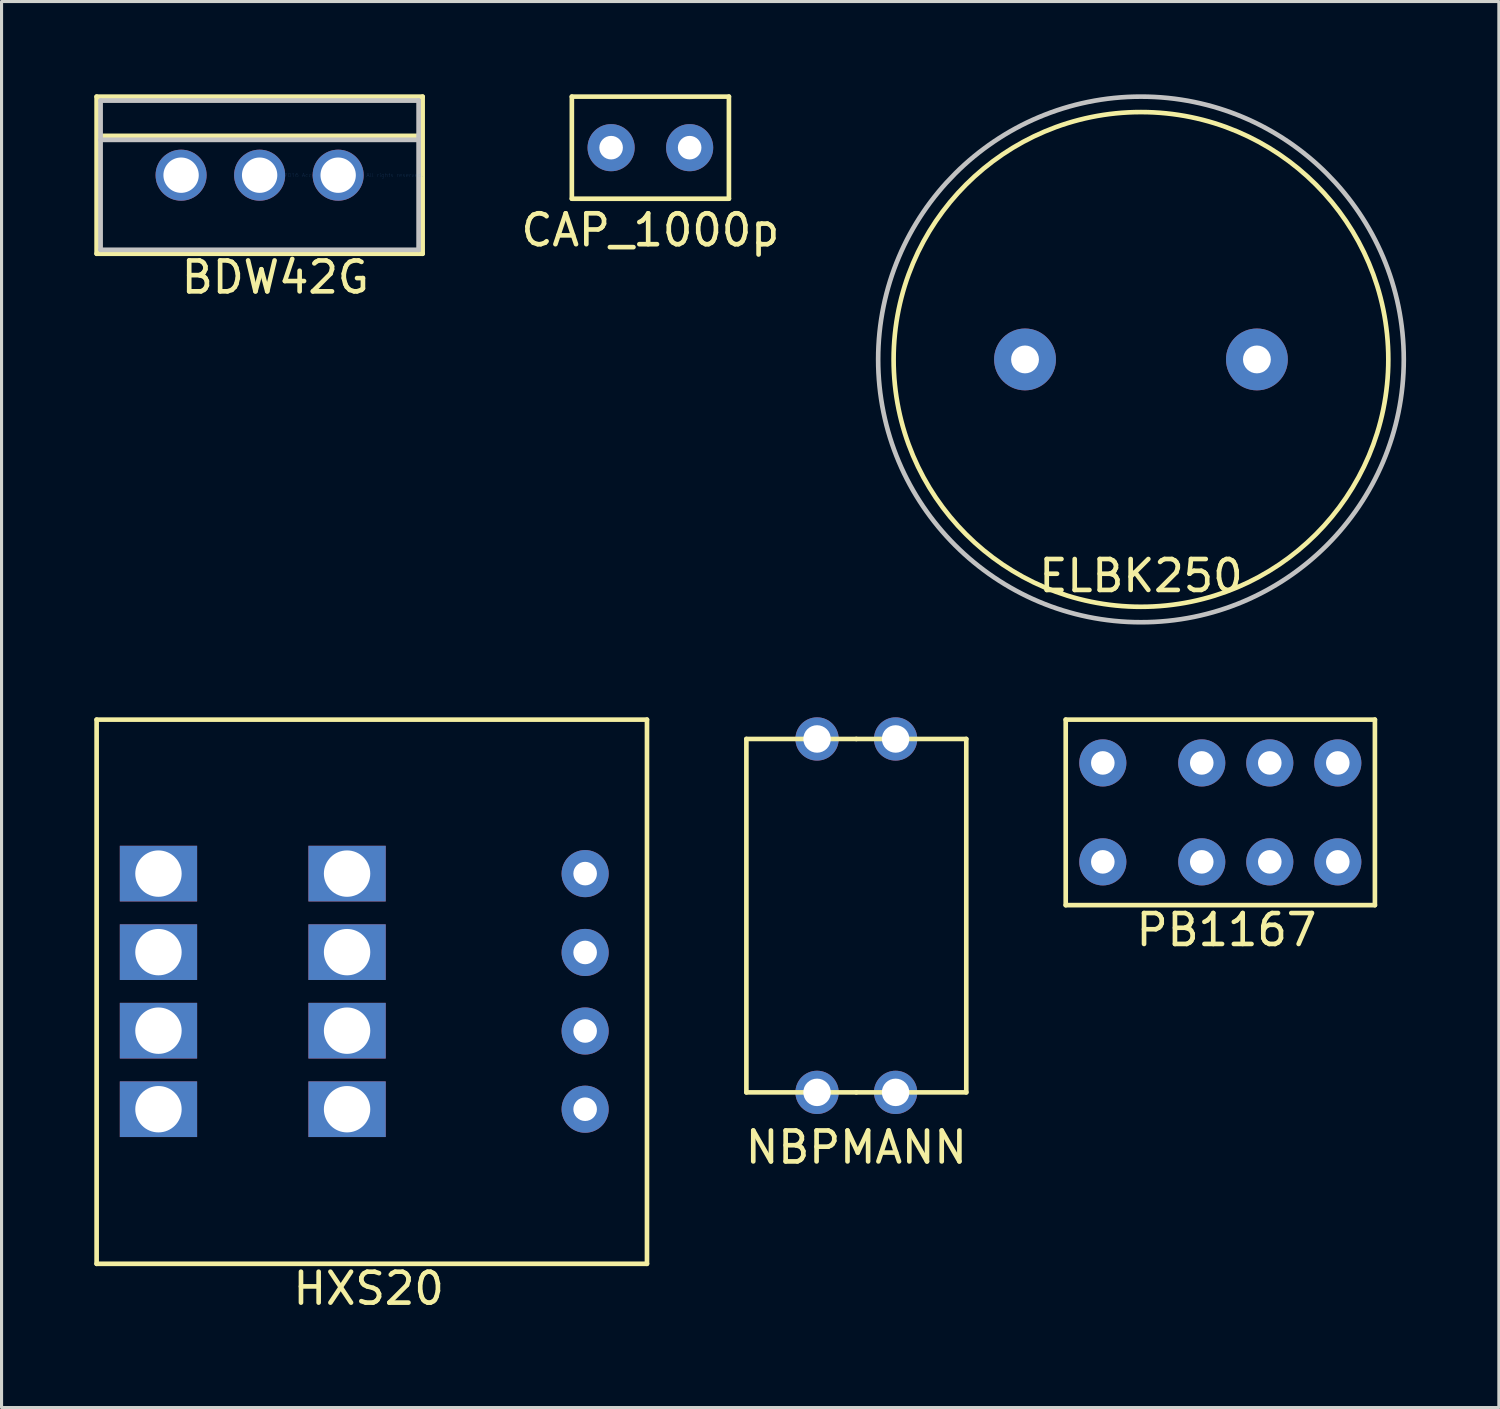
<source format=kicad_pcb>
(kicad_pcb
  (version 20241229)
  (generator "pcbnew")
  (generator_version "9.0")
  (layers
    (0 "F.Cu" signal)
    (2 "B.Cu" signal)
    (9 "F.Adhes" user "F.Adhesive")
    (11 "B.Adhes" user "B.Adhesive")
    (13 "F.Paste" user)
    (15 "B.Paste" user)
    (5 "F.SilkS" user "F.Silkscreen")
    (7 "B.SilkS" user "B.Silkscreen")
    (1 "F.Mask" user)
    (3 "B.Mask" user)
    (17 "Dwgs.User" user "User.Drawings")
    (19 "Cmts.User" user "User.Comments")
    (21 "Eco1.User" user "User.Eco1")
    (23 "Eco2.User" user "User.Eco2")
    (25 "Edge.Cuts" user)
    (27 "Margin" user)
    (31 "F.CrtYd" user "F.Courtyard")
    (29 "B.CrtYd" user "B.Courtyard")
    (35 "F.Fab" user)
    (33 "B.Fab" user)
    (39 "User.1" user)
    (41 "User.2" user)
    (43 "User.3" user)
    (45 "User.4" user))
  (footprint "BDW42G"
    (layer "F.Cu")
    (at 7.887 2.616)
    (property "Reference" "BDW42G" (at -2.032 3.302 0) (layer "F.SilkS") (effects (font (size 1 1) (thickness 0.15))))
    (attr through_hole)
    (fp_line (start -7.811 -2.54) (end -7.811 2.54) (stroke (width 0.152) (type solid)) (layer "F.SilkS"))
    (fp_line (start -7.811 2.54) (end 2.731 2.54) (stroke (width 0.152) (type solid)) (layer "F.SilkS"))
    (fp_line (start -7.684 -1.27) (end 2.603 -1.27) (stroke (width 0.152) (type solid)) (layer "F.SilkS"))
    (fp_line (start 2.731 -2.54) (end -7.811 -2.54) (stroke (width 0.152) (type solid)) (layer "F.SilkS"))
    (fp_line (start 2.731 2.54) (end 2.731 -2.54) (stroke (width 0.152) (type solid)) (layer "F.SilkS"))
    (fp_line (start -7.684 -2.413) (end -7.684 2.413) (stroke (width 0.152) (type solid)) (layer "Dwgs.User"))
    (fp_line (start -7.684 -1.143) (end 2.603 -1.143) (stroke (width 0.152) (type solid)) (layer "Dwgs.User"))
    (fp_line (start -7.684 2.413) (end 2.603 2.413) (stroke (width 0.152) (type solid)) (layer "Dwgs.User"))
    (fp_line (start -5.334 0) (end -4.826 0) (stroke (width 0.152) (type solid)) (layer "Dwgs.User"))
    (fp_line (start -5.08 0.254) (end -5.08 -0.254) (stroke (width 0.152) (type solid)) (layer "Dwgs.User"))
    (fp_line (start 2.603 -2.413) (end -7.684 -2.413) (stroke (width 0.152) (type solid)) (layer "Dwgs.User"))
    (fp_line (start 2.603 2.413) (end 2.603 -2.413) (stroke (width 0.152) (type solid)) (layer "Dwgs.User"))
    (fp_text user "Copyright 2016 Accelerated Designs. All rights reserved." (at 0 0 0) (layer "Cmts.User") (effects (font (size 0.127 0.127) (thickness 0.002))))
    (pad "1" thru_hole circle (at -5.08 0) (size 1.651 1.651) (drill 1.143) (layers "*.Cu" "*.Mask"))
    (pad "2" thru_hole circle (at -2.54 0) (size 1.651 1.651) (drill 1.143) (layers "*.Cu" "*.Mask"))
    (pad "3" thru_hole circle (at 0 0) (size 1.651 1.651) (drill 1.143) (layers "*.Cu" "*.Mask")))
  (footprint "CAP_1000p"
    (layer "F.Cu")
    (at 17.985 1.726)
    (property "Reference" "CAP_1000p" (at 0 2.667 0) (layer "F.SilkS") (effects (font (size 1 1) (thickness 0.15))))
    (attr through_hole)
    (fp_line (start -2.54 -1.651) (end -2.54 1.651) (stroke (width 0.15) (type solid)) (layer "F.SilkS"))
    (fp_line (start 2.54 -1.651) (end -2.54 -1.651) (stroke (width 0.15) (type solid)) (layer "F.SilkS"))
    (fp_line (start 2.54 -1.651) (end 2.54 1.651) (stroke (width 0.15) (type solid)) (layer "F.SilkS"))
    (fp_line (start 2.54 1.651) (end -2.54 1.651) (stroke (width 0.15) (type solid)) (layer "F.SilkS"))
    (pad "1" thru_hole circle (at -1.27 0) (size 1.524 1.524) (drill 0.762) (layers "*.Cu" "*.Mask"))
    (pad "2" thru_hole circle (at 1.27 0) (size 1.524 1.524) (drill 0.762) (layers "*.Cu" "*.Mask")))
  (footprint "ELBK250"
    (layer "F.Cu")
    (at 33.852 8.575)
    (property "Reference" "ELBK250" (at 0 7 0) (layer "F.SilkS") (effects (font (size 1 1) (thickness 0.15))))
    (attr through_hole)
    (fp_circle (center 0 0) (end 0 -8) (stroke (width 0.15) (type solid)) (fill no) (layer "F.SilkS"))
    (fp_circle (center 0 0) (end 0 -8.5) (stroke (width 0.15) (type solid)) (fill no) (layer "Dwgs.User"))
    (pad "1" thru_hole circle (at -3.75 0) (size 2 2) (drill 0.9) (layers "*.Cu" "*.Mask"))
    (pad "2" thru_hole circle (at 3.75 0) (size 2 2) (drill 0.9) (layers "*.Cu" "*.Mask")))
  (footprint "NBPMANN"
    (layer "F.Cu")
    (at 24.646 26.311)
    (property "Reference" "NBPMANN" (at 0 7.747 0) (layer "F.SilkS") (effects (font (size 1 1) (thickness 0.15))))
    (attr through_hole)
    (fp_line (start -3.556 -5.461) (end 0 -5.461) (stroke (width 0.15) (type solid)) (layer "F.SilkS"))
    (fp_line (start -3.556 5.969) (end -3.556 -5.461) (stroke (width 0.15) (type solid)) (layer "F.SilkS"))
    (fp_line (start 0 -5.461) (end 3.556 -5.461) (stroke (width 0.15) (type solid)) (layer "F.SilkS"))
    (fp_line (start 0 5.969) (end -3.556 5.969) (stroke (width 0.15) (type solid)) (layer "F.SilkS"))
    (fp_line (start 3.556 -5.461) (end 3.556 5.969) (stroke (width 0.15) (type solid)) (layer "F.SilkS"))
    (fp_line (start 3.556 5.969) (end 0 5.969) (stroke (width 0.15) (type solid)) (layer "F.SilkS"))
    (pad "1" thru_hole circle (at -1.27 5.969) (size 1.4 1.4) (drill 0.889) (layers "*.Cu" "*.Mask"))
    (pad "2" thru_hole circle (at 1.27 5.969) (size 1.4 1.4) (drill 0.889) (layers "*.Cu" "*.Mask"))
    (pad "3" thru_hole circle (at 1.27 -5.461) (size 1.4 1.4) (drill 0.889) (layers "*.Cu" "*.Mask"))
    (pad "4" thru_hole circle (at -1.27 -5.461) (size 1.4 1.4) (drill 0.889) (layers "*.Cu" "*.Mask")))
  (footprint "HXS20"
    (layer "F.Cu")
    (at 2.075 32.825)
    (property "Reference" "HXS20" (at 6.8 5.8 0) (layer "F.SilkS") (effects (font (size 1 1) (thickness 0.15))))
    (attr through_hole)
    (fp_line (start -2 -12.6) (end 15.8 -12.6) (stroke (width 0.15) (type solid)) (layer "F.SilkS"))
    (fp_line (start -2 5) (end -2 -12.6) (stroke (width 0.15) (type solid)) (layer "F.SilkS"))
    (fp_line (start 15.8 -12.6) (end 15.8 5) (stroke (width 0.15) (type solid)) (layer "F.SilkS"))
    (fp_line (start 15.8 5) (end -2 5) (stroke (width 0.15) (type solid)) (layer "F.SilkS"))
    (pad "1" thru_hole rect (at 0 0) (size 2.5 1.8) (drill 1.5) (layers "*.Cu" "*.Mask"))
    (pad "2" thru_hole rect (at 6.1 0) (size 2.5 1.8) (drill 1.5) (layers "*.Cu" "*.Mask"))
    (pad "3" thru_hole rect (at 0 -2.54) (size 2.5 1.8) (drill 1.5) (layers "*.Cu" "*.Mask"))
    (pad "4" thru_hole rect (at 6.1 -2.54) (size 2.5 1.8) (drill 1.5) (layers "*.Cu" "*.Mask"))
    (pad "5" thru_hole rect (at 0 -5.08) (size 2.5 1.8) (drill 1.5) (layers "*.Cu" "*.Mask"))
    (pad "6" thru_hole rect (at 6.1 -5.08) (size 2.5 1.8) (drill 1.5) (layers "*.Cu" "*.Mask"))
    (pad "7" thru_hole rect (at 0 -7.62) (size 2.5 1.8) (drill 1.5) (layers "*.Cu" "*.Mask"))
    (pad "8" thru_hole rect (at 6.1 -7.62) (size 2.5 1.8) (drill 1.5) (layers "*.Cu" "*.Mask"))
    (pad "9" thru_hole circle (at 13.8 -7.62) (size 1.524 1.524) (drill 0.762) (layers "*.Cu" "*.Mask"))
    (pad "10" thru_hole circle (at 13.8 -5.07) (size 1.524 1.524) (drill 0.762) (layers "*.Cu" "*.Mask"))
    (pad "11" thru_hole circle (at 13.8 -2.53) (size 1.524 1.524) (drill 0.762) (layers "*.Cu" "*.Mask"))
    (pad "12" thru_hole circle (at 13.8 0) (size 1.524 1.524) (drill 0.762) (layers "*.Cu" "*.Mask")))
  (footprint "PB1167"
    (layer "F.Cu")
    (at 32.618 24.825)
    (property "Reference" "PB1167" (at 4 2.2 0) (layer "F.SilkS") (effects (font (size 1 1) (thickness 0.15))))
    (attr through_hole)
    (fp_line (start -1.2 -4.6) (end 8.8 -4.6) (stroke (width 0.15) (type solid)) (layer "F.SilkS"))
    (fp_line (start -1.2 1.4) (end -1.2 -4.6) (stroke (width 0.15) (type solid)) (layer "F.SilkS"))
    (fp_line (start 8.8 -4.6) (end 8.8 1.4) (stroke (width 0.15) (type solid)) (layer "F.SilkS"))
    (fp_line (start 8.8 1.4) (end -1.2 1.4) (stroke (width 0.15) (type solid)) (layer "F.SilkS"))
    (pad "1" thru_hole circle (at 0 0) (size 1.524 1.524) (drill 0.762) (layers "*.Cu" "*.Mask"))
    (pad "2" thru_hole circle (at 3.2 0) (size 1.524 1.524) (drill 0.762) (layers "*.Cu" "*.Mask"))
    (pad "3" thru_hole circle (at 5.4 0) (size 1.524 1.524) (drill 0.762) (layers "*.Cu" "*.Mask"))
    (pad "4" thru_hole circle (at 7.6 0) (size 1.524 1.524) (drill 0.762) (layers "*.Cu" "*.Mask"))
    (pad "5" thru_hole circle (at 7.6 -3.2) (size 1.524 1.524) (drill 0.762) (layers "*.Cu" "*.Mask"))
    (pad "6" thru_hole circle (at 5.4 -3.2) (size 1.524 1.524) (drill 0.762) (layers "*.Cu" "*.Mask"))
    (pad "7" thru_hole circle (at 3.2 -3.2) (size 1.524 1.524) (drill 0.762) (layers "*.Cu" "*.Mask"))
    (pad "8" thru_hole circle (at 0 -3.2) (size 1.524 1.524) (drill 0.762) (layers "*.Cu" "*.Mask")))
  (gr_rect
    (start -3 -3)
    (end 45.427 42.473)
    (stroke (width 0.1) (type default))
    (fill no)
    (layer "Edge.Cuts")))
</source>
